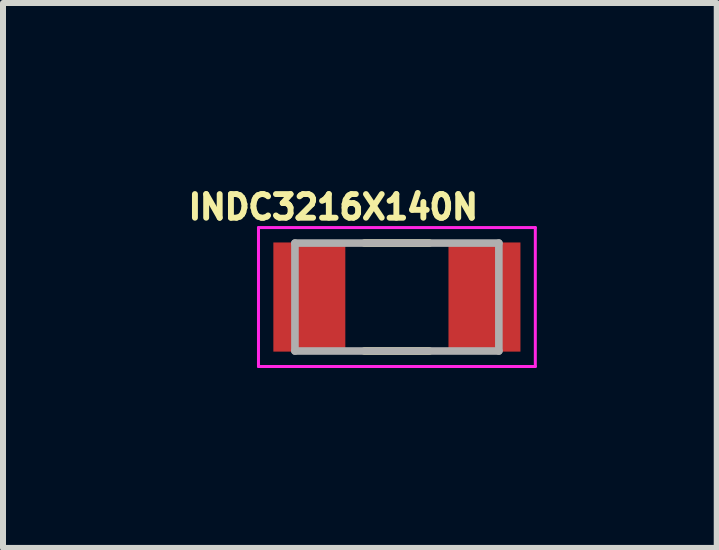
<source format=kicad_pcb>
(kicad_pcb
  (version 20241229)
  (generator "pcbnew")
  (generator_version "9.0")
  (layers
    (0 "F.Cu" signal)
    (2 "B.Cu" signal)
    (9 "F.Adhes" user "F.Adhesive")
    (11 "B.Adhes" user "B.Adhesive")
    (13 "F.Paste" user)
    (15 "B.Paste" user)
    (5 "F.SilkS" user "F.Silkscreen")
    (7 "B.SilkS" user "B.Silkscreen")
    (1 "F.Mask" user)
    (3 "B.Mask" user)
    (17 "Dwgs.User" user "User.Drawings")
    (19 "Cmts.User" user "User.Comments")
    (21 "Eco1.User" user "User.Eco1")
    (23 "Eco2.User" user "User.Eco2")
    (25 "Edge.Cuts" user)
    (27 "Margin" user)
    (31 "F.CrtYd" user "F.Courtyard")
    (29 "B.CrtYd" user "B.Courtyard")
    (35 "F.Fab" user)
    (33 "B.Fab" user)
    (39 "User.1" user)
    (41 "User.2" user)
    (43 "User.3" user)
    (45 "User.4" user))
  (footprint "INDC3216X140N"
    (layer "F.Cu")
    (at 3.568 1.903)
    (property "Reference" "INDC3216X140N" (at -1.06 -1.5 0) (layer "F.SilkS") (effects (font (size 0.394 0.394) (thickness 0.15))))
    (attr through_hole)
    (fp_line (start -0.54 -0.9) (end 0.54 -0.9) (stroke (width 0.127) (type solid)) (layer "F.SilkS"))
    (fp_line (start -0.54 0.9) (end 0.54 0.9) (stroke (width 0.127) (type solid)) (layer "F.SilkS"))
    (fp_line (start -2.308 -1.158) (end 2.308 -1.158) (stroke (width 0.05) (type solid)) (layer "F.CrtYd"))
    (fp_line (start -2.308 1.158) (end -2.308 -1.158) (stroke (width 0.05) (type solid)) (layer "F.CrtYd"))
    (fp_line (start -2.308 1.158) (end 2.308 1.158) (stroke (width 0.05) (type solid)) (layer "F.CrtYd"))
    (fp_line (start 2.308 1.158) (end 2.308 -1.158) (stroke (width 0.05) (type solid)) (layer "F.CrtYd"))
    (fp_line (start -1.7 0.9) (end -1.7 -0.9) (stroke (width 0.127) (type solid)) (layer "F.Fab"))
    (fp_line (start 1.7 -0.9) (end -1.7 -0.9) (stroke (width 0.127) (type solid)) (layer "F.Fab"))
    (fp_line (start 1.7 0.9) (end -1.7 0.9) (stroke (width 0.127) (type solid)) (layer "F.Fab"))
    (fp_line (start 1.7 0.9) (end 1.7 -0.9) (stroke (width 0.127) (type solid)) (layer "F.Fab"))
    (pad "1" smd rect (at -1.46 0) (size 1.2 1.82) (layers "F.Cu" "F.Mask" "F.Paste"))
    (pad "2" smd rect (at 1.46 0) (size 1.2 1.82) (layers "F.Cu" "F.Mask" "F.Paste")))
  (gr_rect
    (start -3 -3)
    (end 8.901 6.086)
    (stroke (width 0.1) (type default))
    (fill no)
    (layer "Edge.Cuts")))
</source>
